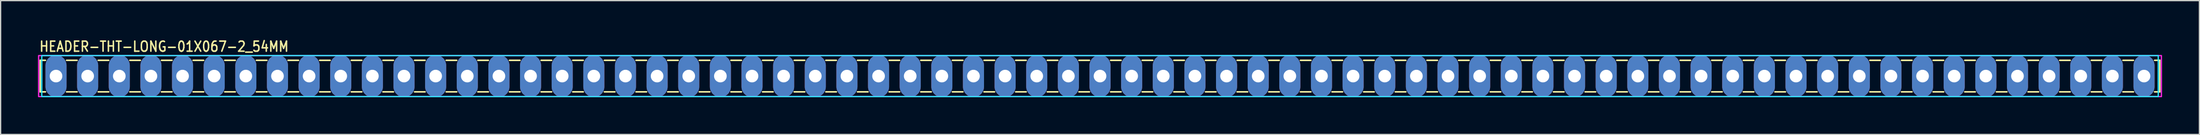
<source format=kicad_pcb>
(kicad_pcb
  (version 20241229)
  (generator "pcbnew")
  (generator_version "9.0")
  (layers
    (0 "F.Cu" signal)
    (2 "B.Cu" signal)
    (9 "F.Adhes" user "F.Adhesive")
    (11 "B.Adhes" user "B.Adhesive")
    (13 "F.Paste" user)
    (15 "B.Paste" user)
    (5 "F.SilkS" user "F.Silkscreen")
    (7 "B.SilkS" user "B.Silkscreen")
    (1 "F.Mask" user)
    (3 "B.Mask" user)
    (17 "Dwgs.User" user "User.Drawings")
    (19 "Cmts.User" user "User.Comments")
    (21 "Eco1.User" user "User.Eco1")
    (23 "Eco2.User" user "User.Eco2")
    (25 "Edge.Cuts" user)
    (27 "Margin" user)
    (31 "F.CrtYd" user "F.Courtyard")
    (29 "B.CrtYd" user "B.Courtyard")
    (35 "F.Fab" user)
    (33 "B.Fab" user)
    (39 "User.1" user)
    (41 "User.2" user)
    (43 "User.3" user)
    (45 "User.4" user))
  (footprint "HEADER-THT-LONG-01X067-2_54MM"
    (layer "F.Cu")
    (at 1.447 3.079)
    (property "Reference" "HEADER-THT-LONG-01X067-2_54MM" (at -1.4 -1.9 0) (unlocked yes) (layer "F.SilkS") (effects (font (size 0.813 0.695) (thickness 0.122)) (justify left bottom)))
    (fp_line (start -1.27 -1.27) (end -1.27 1.27) (stroke (width 0.127) (type solid)) (layer "F.SilkS"))
    (fp_line (start -1.27 1.27) (end -0.85 1.27) (stroke (width 0.127) (type solid)) (layer "F.SilkS"))
    (fp_line (start -0.85 -1.27) (end -1.27 -1.27) (stroke (width 0.127) (type solid)) (layer "F.SilkS"))
    (fp_line (start 0.85 -1.27) (end 1.69 -1.27) (stroke (width 0.127) (type solid)) (layer "F.SilkS"))
    (fp_line (start 0.85 1.27) (end 1.69 1.27) (stroke (width 0.127) (type solid)) (layer "F.SilkS"))
    (fp_line (start 3.39 -1.27) (end 4.23 -1.27) (stroke (width 0.127) (type solid)) (layer "F.SilkS"))
    (fp_line (start 3.39 1.27) (end 4.23 1.27) (stroke (width 0.127) (type solid)) (layer "F.SilkS"))
    (fp_line (start 5.93 -1.27) (end 6.77 -1.27) (stroke (width 0.127) (type solid)) (layer "F.SilkS"))
    (fp_line (start 5.93 1.27) (end 6.77 1.27) (stroke (width 0.127) (type solid)) (layer "F.SilkS"))
    (fp_line (start 8.47 -1.27) (end 9.31 -1.27) (stroke (width 0.127) (type solid)) (layer "F.SilkS"))
    (fp_line (start 8.47 1.27) (end 9.31 1.27) (stroke (width 0.127) (type solid)) (layer "F.SilkS"))
    (fp_line (start 11.01 -1.27) (end 11.85 -1.27) (stroke (width 0.127) (type solid)) (layer "F.SilkS"))
    (fp_line (start 11.01 1.27) (end 11.85 1.27) (stroke (width 0.127) (type solid)) (layer "F.SilkS"))
    (fp_line (start 13.55 -1.27) (end 14.39 -1.27) (stroke (width 0.127) (type solid)) (layer "F.SilkS"))
    (fp_line (start 13.55 1.27) (end 14.39 1.27) (stroke (width 0.127) (type solid)) (layer "F.SilkS"))
    (fp_line (start 16.09 -1.27) (end 16.93 -1.27) (stroke (width 0.127) (type solid)) (layer "F.SilkS"))
    (fp_line (start 16.09 1.27) (end 16.93 1.27) (stroke (width 0.127) (type solid)) (layer "F.SilkS"))
    (fp_line (start 18.63 -1.27) (end 19.47 -1.27) (stroke (width 0.127) (type solid)) (layer "F.SilkS"))
    (fp_line (start 18.63 1.27) (end 19.47 1.27) (stroke (width 0.127) (type solid)) (layer "F.SilkS"))
    (fp_line (start 21.17 -1.27) (end 22.01 -1.27) (stroke (width 0.127) (type solid)) (layer "F.SilkS"))
    (fp_line (start 21.17 1.27) (end 22.01 1.27) (stroke (width 0.127) (type solid)) (layer "F.SilkS"))
    (fp_line (start 23.71 -1.27) (end 24.55 -1.27) (stroke (width 0.127) (type solid)) (layer "F.SilkS"))
    (fp_line (start 23.71 1.27) (end 24.55 1.27) (stroke (width 0.127) (type solid)) (layer "F.SilkS"))
    (fp_line (start 26.25 -1.27) (end 27.09 -1.27) (stroke (width 0.127) (type solid)) (layer "F.SilkS"))
    (fp_line (start 26.25 1.27) (end 27.09 1.27) (stroke (width 0.127) (type solid)) (layer "F.SilkS"))
    (fp_line (start 28.79 -1.27) (end 29.63 -1.27) (stroke (width 0.127) (type solid)) (layer "F.SilkS"))
    (fp_line (start 28.79 1.27) (end 29.63 1.27) (stroke (width 0.127) (type solid)) (layer "F.SilkS"))
    (fp_line (start 31.33 -1.27) (end 32.17 -1.27) (stroke (width 0.127) (type solid)) (layer "F.SilkS"))
    (fp_line (start 31.33 1.27) (end 32.17 1.27) (stroke (width 0.127) (type solid)) (layer "F.SilkS"))
    (fp_line (start 33.87 -1.27) (end 34.71 -1.27) (stroke (width 0.127) (type solid)) (layer "F.SilkS"))
    (fp_line (start 33.87 1.27) (end 34.71 1.27) (stroke (width 0.127) (type solid)) (layer "F.SilkS"))
    (fp_line (start 36.41 -1.27) (end 37.25 -1.27) (stroke (width 0.127) (type solid)) (layer "F.SilkS"))
    (fp_line (start 36.41 1.27) (end 37.25 1.27) (stroke (width 0.127) (type solid)) (layer "F.SilkS"))
    (fp_line (start 38.95 -1.27) (end 39.79 -1.27) (stroke (width 0.127) (type solid)) (layer "F.SilkS"))
    (fp_line (start 38.95 1.27) (end 39.79 1.27) (stroke (width 0.127) (type solid)) (layer "F.SilkS"))
    (fp_line (start 41.49 -1.27) (end 42.33 -1.27) (stroke (width 0.127) (type solid)) (layer "F.SilkS"))
    (fp_line (start 41.49 1.27) (end 42.33 1.27) (stroke (width 0.127) (type solid)) (layer "F.SilkS"))
    (fp_line (start 44.03 -1.27) (end 44.87 -1.27) (stroke (width 0.127) (type solid)) (layer "F.SilkS"))
    (fp_line (start 44.03 1.27) (end 44.87 1.27) (stroke (width 0.127) (type solid)) (layer "F.SilkS"))
    (fp_line (start 46.57 -1.27) (end 47.41 -1.27) (stroke (width 0.127) (type solid)) (layer "F.SilkS"))
    (fp_line (start 46.57 1.27) (end 47.41 1.27) (stroke (width 0.127) (type solid)) (layer "F.SilkS"))
    (fp_line (start 49.11 -1.27) (end 49.95 -1.27) (stroke (width 0.127) (type solid)) (layer "F.SilkS"))
    (fp_line (start 49.11 1.27) (end 49.95 1.27) (stroke (width 0.127) (type solid)) (layer "F.SilkS"))
    (fp_line (start 51.65 -1.27) (end 52.49 -1.27) (stroke (width 0.127) (type solid)) (layer "F.SilkS"))
    (fp_line (start 51.65 1.27) (end 52.49 1.27) (stroke (width 0.127) (type solid)) (layer "F.SilkS"))
    (fp_line (start 54.19 -1.27) (end 55.03 -1.27) (stroke (width 0.127) (type solid)) (layer "F.SilkS"))
    (fp_line (start 54.19 1.27) (end 55.03 1.27) (stroke (width 0.127) (type solid)) (layer "F.SilkS"))
    (fp_line (start 56.73 -1.27) (end 57.57 -1.27) (stroke (width 0.127) (type solid)) (layer "F.SilkS"))
    (fp_line (start 56.73 1.27) (end 57.57 1.27) (stroke (width 0.127) (type solid)) (layer "F.SilkS"))
    (fp_line (start 59.27 -1.27) (end 60.11 -1.27) (stroke (width 0.127) (type solid)) (layer "F.SilkS"))
    (fp_line (start 59.27 1.27) (end 60.11 1.27) (stroke (width 0.127) (type solid)) (layer "F.SilkS"))
    (fp_line (start 61.81 -1.27) (end 62.65 -1.27) (stroke (width 0.127) (type solid)) (layer "F.SilkS"))
    (fp_line (start 61.81 1.27) (end 62.65 1.27) (stroke (width 0.127) (type solid)) (layer "F.SilkS"))
    (fp_line (start 64.35 -1.27) (end 65.19 -1.27) (stroke (width 0.127) (type solid)) (layer "F.SilkS"))
    (fp_line (start 64.35 1.27) (end 65.19 1.27) (stroke (width 0.127) (type solid)) (layer "F.SilkS"))
    (fp_line (start 66.89 -1.27) (end 67.73 -1.27) (stroke (width 0.127) (type solid)) (layer "F.SilkS"))
    (fp_line (start 66.89 1.27) (end 67.73 1.27) (stroke (width 0.127) (type solid)) (layer "F.SilkS"))
    (fp_line (start 69.43 -1.27) (end 70.27 -1.27) (stroke (width 0.127) (type solid)) (layer "F.SilkS"))
    (fp_line (start 69.43 1.27) (end 70.27 1.27) (stroke (width 0.127) (type solid)) (layer "F.SilkS"))
    (fp_line (start 71.97 -1.27) (end 72.81 -1.27) (stroke (width 0.127) (type solid)) (layer "F.SilkS"))
    (fp_line (start 71.97 1.27) (end 72.81 1.27) (stroke (width 0.127) (type solid)) (layer "F.SilkS"))
    (fp_line (start 74.51 -1.27) (end 75.35 -1.27) (stroke (width 0.127) (type solid)) (layer "F.SilkS"))
    (fp_line (start 74.51 1.27) (end 75.35 1.27) (stroke (width 0.127) (type solid)) (layer "F.SilkS"))
    (fp_line (start 77.05 -1.27) (end 77.89 -1.27) (stroke (width 0.127) (type solid)) (layer "F.SilkS"))
    (fp_line (start 77.05 1.27) (end 77.89 1.27) (stroke (width 0.127) (type solid)) (layer "F.SilkS"))
    (fp_line (start 79.59 -1.27) (end 80.43 -1.27) (stroke (width 0.127) (type solid)) (layer "F.SilkS"))
    (fp_line (start 79.59 1.27) (end 80.43 1.27) (stroke (width 0.127) (type solid)) (layer "F.SilkS"))
    (fp_line (start 82.13 -1.27) (end 82.97 -1.27) (stroke (width 0.127) (type solid)) (layer "F.SilkS"))
    (fp_line (start 82.13 1.27) (end 82.97 1.27) (stroke (width 0.127) (type solid)) (layer "F.SilkS"))
    (fp_line (start 84.67 -1.27) (end 85.51 -1.27) (stroke (width 0.127) (type solid)) (layer "F.SilkS"))
    (fp_line (start 84.67 1.27) (end 85.51 1.27) (stroke (width 0.127) (type solid)) (layer "F.SilkS"))
    (fp_line (start 87.21 -1.27) (end 88.05 -1.27) (stroke (width 0.127) (type solid)) (layer "F.SilkS"))
    (fp_line (start 87.21 1.27) (end 88.05 1.27) (stroke (width 0.127) (type solid)) (layer "F.SilkS"))
    (fp_line (start 89.75 -1.27) (end 90.59 -1.27) (stroke (width 0.127) (type solid)) (layer "F.SilkS"))
    (fp_line (start 89.75 1.27) (end 90.59 1.27) (stroke (width 0.127) (type solid)) (layer "F.SilkS"))
    (fp_line (start 92.29 -1.27) (end 93.13 -1.27) (stroke (width 0.127) (type solid)) (layer "F.SilkS"))
    (fp_line (start 92.29 1.27) (end 93.13 1.27) (stroke (width 0.127) (type solid)) (layer "F.SilkS"))
    (fp_line (start 94.83 -1.27) (end 95.67 -1.27) (stroke (width 0.127) (type solid)) (layer "F.SilkS"))
    (fp_line (start 94.83 1.27) (end 95.67 1.27) (stroke (width 0.127) (type solid)) (layer "F.SilkS"))
    (fp_line (start 97.37 -1.27) (end 98.21 -1.27) (stroke (width 0.127) (type solid)) (layer "F.SilkS"))
    (fp_line (start 97.37 1.27) (end 98.21 1.27) (stroke (width 0.127) (type solid)) (layer "F.SilkS"))
    (fp_line (start 99.91 -1.27) (end 100.75 -1.27) (stroke (width 0.127) (type solid)) (layer "F.SilkS"))
    (fp_line (start 99.91 1.27) (end 100.75 1.27) (stroke (width 0.127) (type solid)) (layer "F.SilkS"))
    (fp_line (start 102.45 -1.27) (end 103.29 -1.27) (stroke (width 0.127) (type solid)) (layer "F.SilkS"))
    (fp_line (start 102.45 1.27) (end 103.29 1.27) (stroke (width 0.127) (type solid)) (layer "F.SilkS"))
    (fp_line (start 104.99 -1.27) (end 105.83 -1.27) (stroke (width 0.127) (type solid)) (layer "F.SilkS"))
    (fp_line (start 104.99 1.27) (end 105.83 1.27) (stroke (width 0.127) (type solid)) (layer "F.SilkS"))
    (fp_line (start 107.53 -1.27) (end 108.37 -1.27) (stroke (width 0.127) (type solid)) (layer "F.SilkS"))
    (fp_line (start 107.53 1.27) (end 108.37 1.27) (stroke (width 0.127) (type solid)) (layer "F.SilkS"))
    (fp_line (start 110.07 -1.27) (end 110.91 -1.27) (stroke (width 0.127) (type solid)) (layer "F.SilkS"))
    (fp_line (start 110.07 1.27) (end 110.91 1.27) (stroke (width 0.127) (type solid)) (layer "F.SilkS"))
    (fp_line (start 112.61 -1.27) (end 113.45 -1.27) (stroke (width 0.127) (type solid)) (layer "F.SilkS"))
    (fp_line (start 112.61 1.27) (end 113.45 1.27) (stroke (width 0.127) (type solid)) (layer "F.SilkS"))
    (fp_line (start 115.15 -1.27) (end 115.99 -1.27) (stroke (width 0.127) (type solid)) (layer "F.SilkS"))
    (fp_line (start 115.15 1.27) (end 115.99 1.27) (stroke (width 0.127) (type solid)) (layer "F.SilkS"))
    (fp_line (start 117.69 -1.27) (end 118.53 -1.27) (stroke (width 0.127) (type solid)) (layer "F.SilkS"))
    (fp_line (start 117.69 1.27) (end 118.53 1.27) (stroke (width 0.127) (type solid)) (layer "F.SilkS"))
    (fp_line (start 120.23 -1.27) (end 121.07 -1.27) (stroke (width 0.127) (type solid)) (layer "F.SilkS"))
    (fp_line (start 120.23 1.27) (end 121.07 1.27) (stroke (width 0.127) (type solid)) (layer "F.SilkS"))
    (fp_line (start 122.77 -1.27) (end 123.61 -1.27) (stroke (width 0.127) (type solid)) (layer "F.SilkS"))
    (fp_line (start 122.77 1.27) (end 123.61 1.27) (stroke (width 0.127) (type solid)) (layer "F.SilkS"))
    (fp_line (start 125.31 -1.27) (end 126.15 -1.27) (stroke (width 0.127) (type solid)) (layer "F.SilkS"))
    (fp_line (start 125.31 1.27) (end 126.15 1.27) (stroke (width 0.127) (type solid)) (layer "F.SilkS"))
    (fp_line (start 127.85 -1.27) (end 128.69 -1.27) (stroke (width 0.127) (type solid)) (layer "F.SilkS"))
    (fp_line (start 127.85 1.27) (end 128.69 1.27) (stroke (width 0.127) (type solid)) (layer "F.SilkS"))
    (fp_line (start 130.39 -1.27) (end 131.23 -1.27) (stroke (width 0.127) (type solid)) (layer "F.SilkS"))
    (fp_line (start 130.39 1.27) (end 131.23 1.27) (stroke (width 0.127) (type solid)) (layer "F.SilkS"))
    (fp_line (start 132.93 -1.27) (end 133.77 -1.27) (stroke (width 0.127) (type solid)) (layer "F.SilkS"))
    (fp_line (start 132.93 1.27) (end 133.77 1.27) (stroke (width 0.127) (type solid)) (layer "F.SilkS"))
    (fp_line (start 135.47 -1.27) (end 136.31 -1.27) (stroke (width 0.127) (type solid)) (layer "F.SilkS"))
    (fp_line (start 135.47 1.27) (end 136.31 1.27) (stroke (width 0.127) (type solid)) (layer "F.SilkS"))
    (fp_line (start 138.01 -1.27) (end 138.85 -1.27) (stroke (width 0.127) (type solid)) (layer "F.SilkS"))
    (fp_line (start 138.01 1.27) (end 138.85 1.27) (stroke (width 0.127) (type solid)) (layer "F.SilkS"))
    (fp_line (start 140.55 -1.27) (end 141.39 -1.27) (stroke (width 0.127) (type solid)) (layer "F.SilkS"))
    (fp_line (start 140.55 1.27) (end 141.39 1.27) (stroke (width 0.127) (type solid)) (layer "F.SilkS"))
    (fp_line (start 143.09 -1.27) (end 143.93 -1.27) (stroke (width 0.127) (type solid)) (layer "F.SilkS"))
    (fp_line (start 143.09 1.27) (end 143.93 1.27) (stroke (width 0.127) (type solid)) (layer "F.SilkS"))
    (fp_line (start 145.63 -1.27) (end 146.47 -1.27) (stroke (width 0.127) (type solid)) (layer "F.SilkS"))
    (fp_line (start 145.63 1.27) (end 146.47 1.27) (stroke (width 0.127) (type solid)) (layer "F.SilkS"))
    (fp_line (start 148.17 -1.27) (end 149.01 -1.27) (stroke (width 0.127) (type solid)) (layer "F.SilkS"))
    (fp_line (start 148.17 1.27) (end 149.01 1.27) (stroke (width 0.127) (type solid)) (layer "F.SilkS"))
    (fp_line (start 150.71 -1.27) (end 151.55 -1.27) (stroke (width 0.127) (type solid)) (layer "F.SilkS"))
    (fp_line (start 150.71 1.27) (end 151.55 1.27) (stroke (width 0.127) (type solid)) (layer "F.SilkS"))
    (fp_line (start 153.25 -1.27) (end 154.09 -1.27) (stroke (width 0.127) (type solid)) (layer "F.SilkS"))
    (fp_line (start 153.25 1.27) (end 154.09 1.27) (stroke (width 0.127) (type solid)) (layer "F.SilkS"))
    (fp_line (start 155.79 -1.27) (end 156.63 -1.27) (stroke (width 0.127) (type solid)) (layer "F.SilkS"))
    (fp_line (start 155.79 1.27) (end 156.63 1.27) (stroke (width 0.127) (type solid)) (layer "F.SilkS"))
    (fp_line (start 158.33 -1.27) (end 159.17 -1.27) (stroke (width 0.127) (type solid)) (layer "F.SilkS"))
    (fp_line (start 158.33 1.27) (end 159.17 1.27) (stroke (width 0.127) (type solid)) (layer "F.SilkS"))
    (fp_line (start 160.87 -1.27) (end 161.71 -1.27) (stroke (width 0.127) (type solid)) (layer "F.SilkS"))
    (fp_line (start 160.87 1.27) (end 161.71 1.27) (stroke (width 0.127) (type solid)) (layer "F.SilkS"))
    (fp_line (start 163.41 -1.27) (end 164.25 -1.27) (stroke (width 0.127) (type solid)) (layer "F.SilkS"))
    (fp_line (start 163.41 1.27) (end 164.25 1.27) (stroke (width 0.127) (type solid)) (layer "F.SilkS"))
    (fp_line (start 165.95 -1.27) (end 166.79 -1.27) (stroke (width 0.127) (type solid)) (layer "F.SilkS"))
    (fp_line (start 165.95 1.27) (end 166.79 1.27) (stroke (width 0.127) (type solid)) (layer "F.SilkS"))
    (fp_line (start 168.49 -1.27) (end 168.91 -1.27) (stroke (width 0.127) (type solid)) (layer "F.SilkS"))
    (fp_line (start 168.91 -1.27) (end 168.91 1.27) (stroke (width 0.127) (type solid)) (layer "F.SilkS"))
    (fp_line (start 168.91 1.27) (end 168.49 1.27) (stroke (width 0.127) (type solid)) (layer "F.SilkS"))
    (fp_poly (pts (xy -1.143 -1.651) (xy 168.783 -1.651) (xy 168.783 1.651) (xy -1.143 1.651)) (stroke (width 0.1) (type solid)) (fill no) (layer "B.CrtYd"))
    (fp_poly (pts (xy -1.397 -1.651) (xy 169.037 -1.651) (xy 169.037 1.651) (xy -1.397 1.651)) (stroke (width 0.1) (type solid)) (fill no) (layer "F.CrtYd"))
    (pad "P$1" thru_hole oval (at 0 0 90) (size 3.387 1.693) (drill 1.016) (layers "*.Cu" "*.Mask"))
    (pad "P$2" thru_hole oval (at 2.54 0 90) (size 3.387 1.693) (drill 1.016) (layers "*.Cu" "*.Mask"))
    (pad "P$3" thru_hole oval (at 5.08 0 90) (size 3.387 1.693) (drill 1.016) (layers "*.Cu" "*.Mask"))
    (pad "P$4" thru_hole oval (at 7.62 0 90) (size 3.387 1.693) (drill 1.016) (layers "*.Cu" "*.Mask"))
    (pad "P$5" thru_hole oval (at 10.16 0 90) (size 3.387 1.693) (drill 1.016) (layers "*.Cu" "*.Mask"))
    (pad "P$6" thru_hole oval (at 12.7 0 90) (size 3.387 1.693) (drill 1.016) (layers "*.Cu" "*.Mask"))
    (pad "P$7" thru_hole oval (at 15.24 0 90) (size 3.387 1.693) (drill 1.016) (layers "*.Cu" "*.Mask"))
    (pad "P$8" thru_hole oval (at 17.78 0 90) (size 3.387 1.693) (drill 1.016) (layers "*.Cu" "*.Mask"))
    (pad "P$9" thru_hole oval (at 20.32 0 90) (size 3.387 1.693) (drill 1.016) (layers "*.Cu" "*.Mask"))
    (pad "P$10" thru_hole oval (at 22.86 0 90) (size 3.387 1.693) (drill 1.016) (layers "*.Cu" "*.Mask"))
    (pad "P$11" thru_hole oval (at 25.4 0 90) (size 3.387 1.693) (drill 1.016) (layers "*.Cu" "*.Mask"))
    (pad "P$12" thru_hole oval (at 27.94 0 90) (size 3.387 1.693) (drill 1.016) (layers "*.Cu" "*.Mask"))
    (pad "P$13" thru_hole oval (at 30.48 0 90) (size 3.387 1.693) (drill 1.016) (layers "*.Cu" "*.Mask"))
    (pad "P$14" thru_hole oval (at 33.02 0 90) (size 3.387 1.693) (drill 1.016) (layers "*.Cu" "*.Mask"))
    (pad "P$15" thru_hole oval (at 35.56 0 90) (size 3.387 1.693) (drill 1.016) (layers "*.Cu" "*.Mask"))
    (pad "P$16" thru_hole oval (at 38.1 0 90) (size 3.387 1.693) (drill 1.016) (layers "*.Cu" "*.Mask"))
    (pad "P$17" thru_hole oval (at 40.64 0 90) (size 3.387 1.693) (drill 1.016) (layers "*.Cu" "*.Mask"))
    (pad "P$18" thru_hole oval (at 43.18 0 90) (size 3.387 1.693) (drill 1.016) (layers "*.Cu" "*.Mask"))
    (pad "P$19" thru_hole oval (at 45.72 0 90) (size 3.387 1.693) (drill 1.016) (layers "*.Cu" "*.Mask"))
    (pad "P$20" thru_hole oval (at 48.26 0 90) (size 3.387 1.693) (drill 1.016) (layers "*.Cu" "*.Mask"))
    (pad "P$21" thru_hole oval (at 50.8 0 90) (size 3.387 1.693) (drill 1.016) (layers "*.Cu" "*.Mask"))
    (pad "P$22" thru_hole oval (at 53.34 0 90) (size 3.387 1.693) (drill 1.016) (layers "*.Cu" "*.Mask"))
    (pad "P$23" thru_hole oval (at 55.88 0 90) (size 3.387 1.693) (drill 1.016) (layers "*.Cu" "*.Mask"))
    (pad "P$24" thru_hole oval (at 58.42 0 90) (size 3.387 1.693) (drill 1.016) (layers "*.Cu" "*.Mask"))
    (pad "P$25" thru_hole oval (at 60.96 0 90) (size 3.387 1.693) (drill 1.016) (layers "*.Cu" "*.Mask"))
    (pad "P$26" thru_hole oval (at 63.5 0 90) (size 3.387 1.693) (drill 1.016) (layers "*.Cu" "*.Mask"))
    (pad "P$27" thru_hole oval (at 66.04 0 90) (size 3.387 1.693) (drill 1.016) (layers "*.Cu" "*.Mask"))
    (pad "P$28" thru_hole oval (at 68.58 0 90) (size 3.387 1.693) (drill 1.016) (layers "*.Cu" "*.Mask"))
    (pad "P$29" thru_hole oval (at 71.12 0 90) (size 3.387 1.693) (drill 1.016) (layers "*.Cu" "*.Mask"))
    (pad "P$30" thru_hole oval (at 73.66 0 90) (size 3.387 1.693) (drill 1.016) (layers "*.Cu" "*.Mask"))
    (pad "P$31" thru_hole oval (at 76.2 0 90) (size 3.387 1.693) (drill 1.016) (layers "*.Cu" "*.Mask"))
    (pad "P$32" thru_hole oval (at 78.74 0 90) (size 3.387 1.693) (drill 1.016) (layers "*.Cu" "*.Mask"))
    (pad "P$33" thru_hole oval (at 81.28 0 90) (size 3.387 1.693) (drill 1.016) (layers "*.Cu" "*.Mask"))
    (pad "P$34" thru_hole oval (at 83.82 0 90) (size 3.387 1.693) (drill 1.016) (layers "*.Cu" "*.Mask"))
    (pad "P$35" thru_hole oval (at 86.36 0 90) (size 3.387 1.693) (drill 1.016) (layers "*.Cu" "*.Mask"))
    (pad "P$36" thru_hole oval (at 88.9 0 90) (size 3.387 1.693) (drill 1.016) (layers "*.Cu" "*.Mask"))
    (pad "P$37" thru_hole oval (at 91.44 0 90) (size 3.387 1.693) (drill 1.016) (layers "*.Cu" "*.Mask"))
    (pad "P$38" thru_hole oval (at 93.98 0 90) (size 3.387 1.693) (drill 1.016) (layers "*.Cu" "*.Mask"))
    (pad "P$39" thru_hole oval (at 96.52 0 90) (size 3.387 1.693) (drill 1.016) (layers "*.Cu" "*.Mask"))
    (pad "P$40" thru_hole oval (at 99.06 0 90) (size 3.387 1.693) (drill 1.016) (layers "*.Cu" "*.Mask"))
    (pad "P$41" thru_hole oval (at 101.6 0 90) (size 3.387 1.693) (drill 1.016) (layers "*.Cu" "*.Mask"))
    (pad "P$42" thru_hole oval (at 104.14 0 90) (size 3.387 1.693) (drill 1.016) (layers "*.Cu" "*.Mask"))
    (pad "P$43" thru_hole oval (at 106.68 0 90) (size 3.387 1.693) (drill 1.016) (layers "*.Cu" "*.Mask"))
    (pad "P$44" thru_hole oval (at 109.22 0 90) (size 3.387 1.693) (drill 1.016) (layers "*.Cu" "*.Mask"))
    (pad "P$45" thru_hole oval (at 111.76 0 90) (size 3.387 1.693) (drill 1.016) (layers "*.Cu" "*.Mask"))
    (pad "P$46" thru_hole oval (at 114.3 0 90) (size 3.387 1.693) (drill 1.016) (layers "*.Cu" "*.Mask"))
    (pad "P$47" thru_hole oval (at 116.84 0 90) (size 3.387 1.693) (drill 1.016) (layers "*.Cu" "*.Mask"))
    (pad "P$48" thru_hole oval (at 119.38 0 90) (size 3.387 1.693) (drill 1.016) (layers "*.Cu" "*.Mask"))
    (pad "P$49" thru_hole oval (at 121.92 0 90) (size 3.387 1.693) (drill 1.016) (layers "*.Cu" "*.Mask"))
    (pad "P$50" thru_hole oval (at 124.46 0 90) (size 3.387 1.693) (drill 1.016) (layers "*.Cu" "*.Mask"))
    (pad "P$51" thru_hole oval (at 127 0 90) (size 3.387 1.693) (drill 1.016) (layers "*.Cu" "*.Mask"))
    (pad "P$52" thru_hole oval (at 129.54 0 90) (size 3.387 1.693) (drill 1.016) (layers "*.Cu" "*.Mask"))
    (pad "P$53" thru_hole oval (at 132.08 0 90) (size 3.387 1.693) (drill 1.016) (layers "*.Cu" "*.Mask"))
    (pad "P$54" thru_hole oval (at 134.62 0 90) (size 3.387 1.693) (drill 1.016) (layers "*.Cu" "*.Mask"))
    (pad "P$55" thru_hole oval (at 137.16 0 90) (size 3.387 1.693) (drill 1.016) (layers "*.Cu" "*.Mask"))
    (pad "P$56" thru_hole oval (at 139.7 0 90) (size 3.387 1.693) (drill 1.016) (layers "*.Cu" "*.Mask"))
    (pad "P$57" thru_hole oval (at 142.24 0 90) (size 3.387 1.693) (drill 1.016) (layers "*.Cu" "*.Mask"))
    (pad "P$58" thru_hole oval (at 144.78 0 90) (size 3.387 1.693) (drill 1.016) (layers "*.Cu" "*.Mask"))
    (pad "P$59" thru_hole oval (at 147.32 0 90) (size 3.387 1.693) (drill 1.016) (layers "*.Cu" "*.Mask"))
    (pad "P$60" thru_hole oval (at 149.86 0 90) (size 3.387 1.693) (drill 1.016) (layers "*.Cu" "*.Mask"))
    (pad "P$61" thru_hole oval (at 152.4 0 90) (size 3.387 1.693) (drill 1.016) (layers "*.Cu" "*.Mask"))
    (pad "P$62" thru_hole oval (at 154.94 0 90) (size 3.387 1.693) (drill 1.016) (layers "*.Cu" "*.Mask"))
    (pad "P$63" thru_hole oval (at 157.48 0 90) (size 3.387 1.693) (drill 1.016) (layers "*.Cu" "*.Mask"))
    (pad "P$64" thru_hole oval (at 160.02 0 90) (size 3.387 1.693) (drill 1.016) (layers "*.Cu" "*.Mask"))
    (pad "P$65" thru_hole oval (at 162.56 0 90) (size 3.387 1.693) (drill 1.016) (layers "*.Cu" "*.Mask"))
    (pad "P$66" thru_hole oval (at 165.1 0 90) (size 3.387 1.693) (drill 1.016) (layers "*.Cu" "*.Mask"))
    (pad "P$67" thru_hole oval (at 167.64 0 90) (size 3.387 1.693) (drill 1.016) (layers "*.Cu" "*.Mask")))
  (gr_rect
    (start -3 -3)
    (end 173.534 7.78)
    (stroke (width 0.1) (type default))
    (fill no)
    (layer "Edge.Cuts")))
</source>
